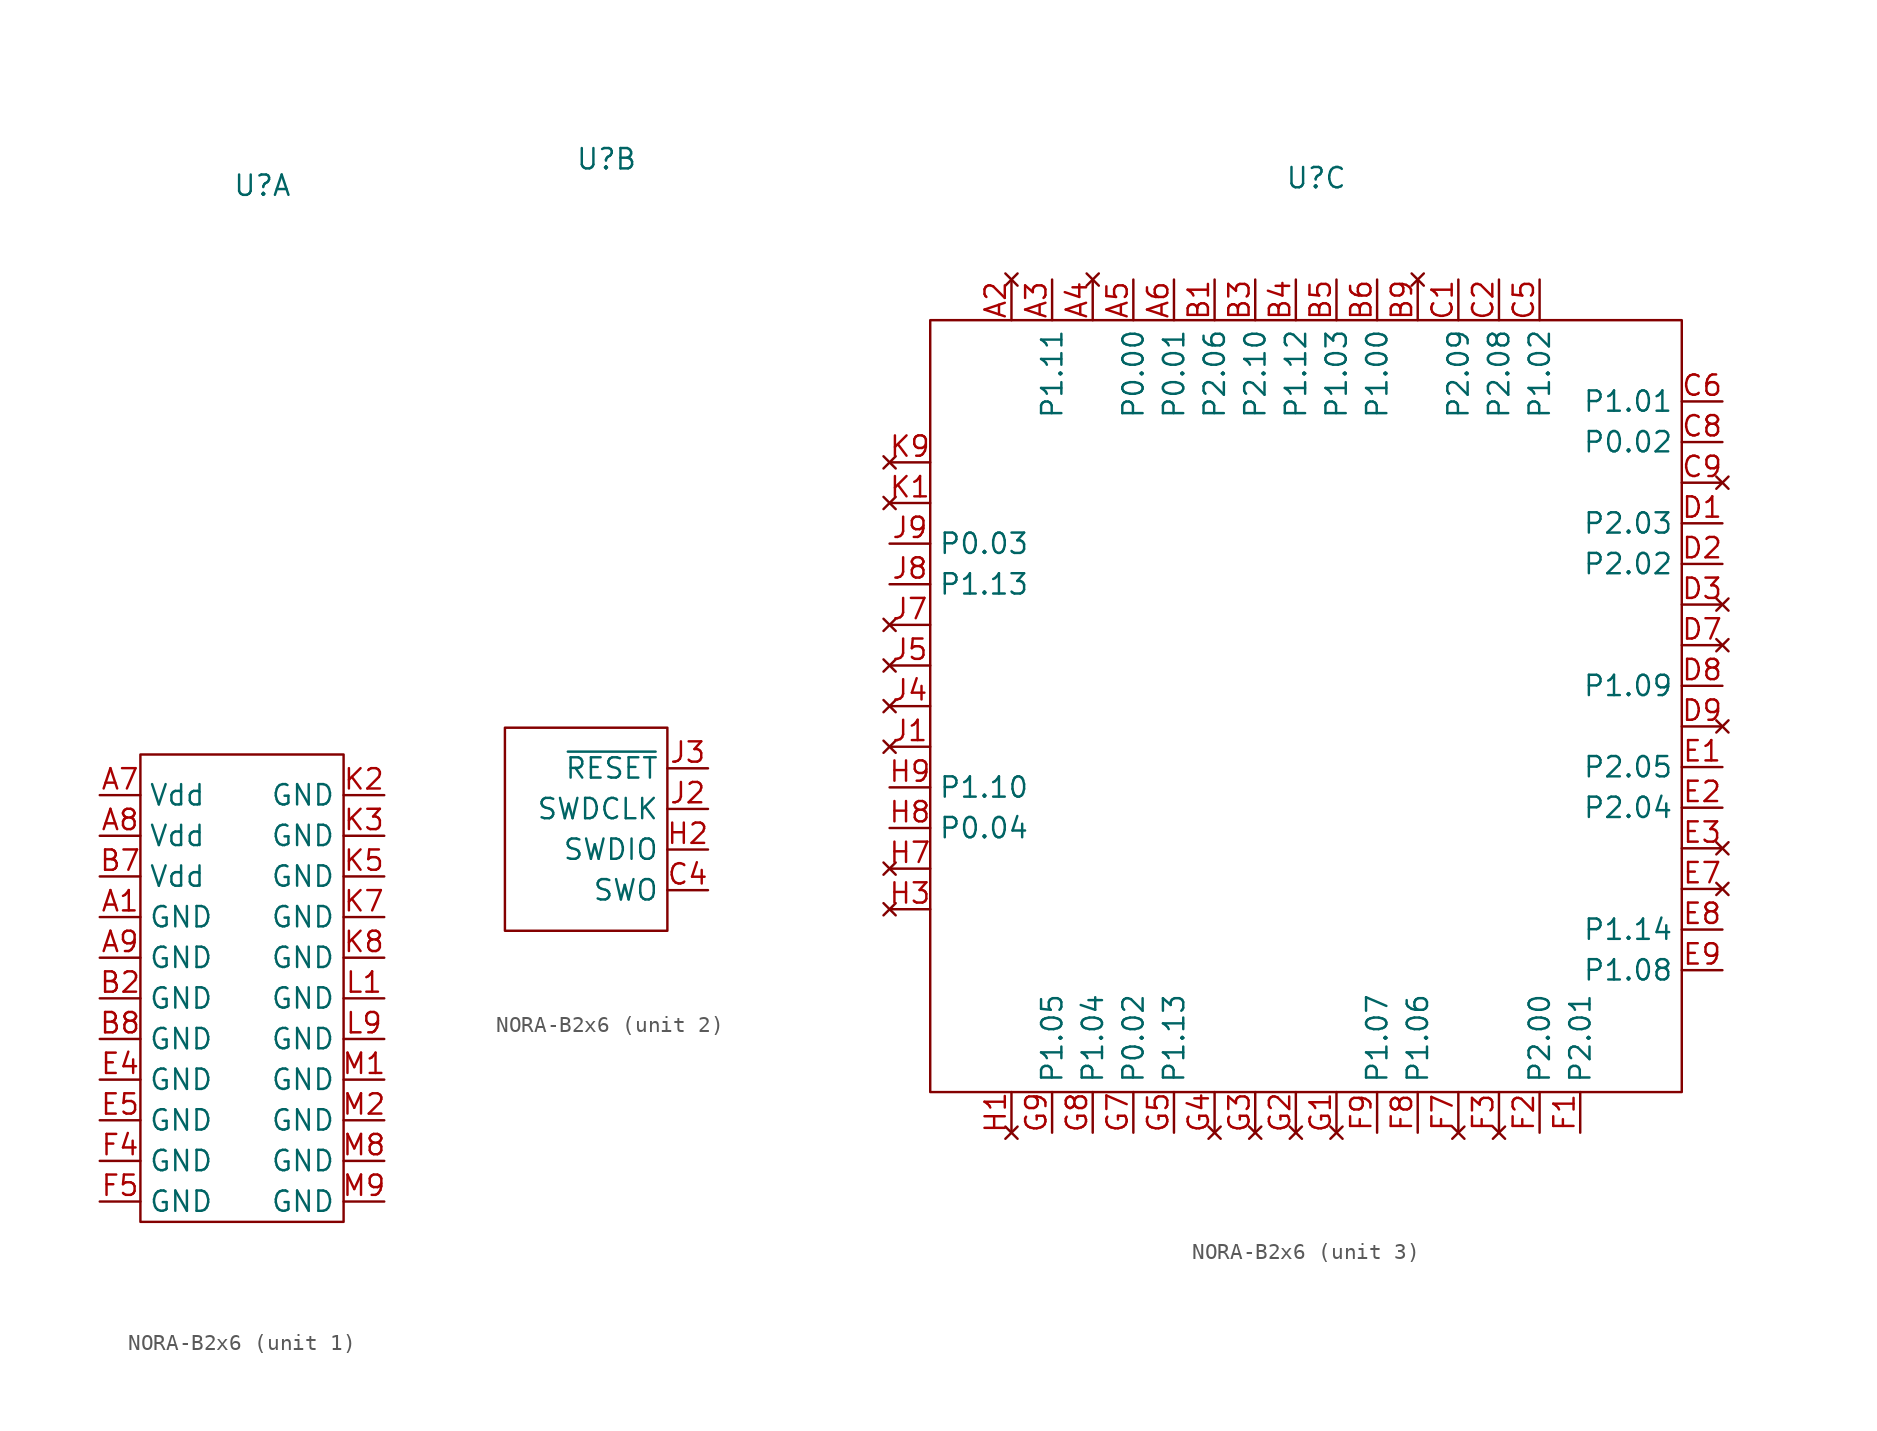
<source format=kicad_sym>
(kicad_symbol_lib
  (version 20241209)
  (generator "kicad_symbol_editor")
  (generator_version "9.0")
  (symbol "NORA-B2x6"
    (property "Reference" "U"
      (at 1.27 33.02 0)
      (effects (font (size 1.27 1.27))))
    (property "Value" ""
      (at 0 33.02 0)
      (effects (font (size 1.27 1.27))))
    (property "ki_locked" ""
      (at 0 0 0)
      (effects (font (size 1.27 1.27))))
    (symbol "NORA-B2x6_1_1"
      (rectangle (start -6.35 -2.54) (end 6.35 -31.75) (stroke (width 0) (type default)) (fill (type none)))
      (pin power_in line (at -8.89 -5.08 0) (length 2.54) (name "Vdd" (effects (font (size 1.27 1.27)))) (number "A7" (effects (font (size 1.27 1.27)))))
      (pin power_in line (at -8.89 -7.62 0) (length 2.54) (name "Vdd" (effects (font (size 1.27 1.27)))) (number "A8" (effects (font (size 1.27 1.27)))))
      (pin power_in line (at -8.89 -10.16 0) (length 2.54) (name "Vdd" (effects (font (size 1.27 1.27)))) (number "B7" (effects (font (size 1.27 1.27)))))
      (pin power_in line (at -8.89 -12.7 0) (length 2.54) (name "GND" (effects (font (size 1.27 1.27)))) (number "A1" (effects (font (size 1.27 1.27)))))
      (pin power_in line (at -8.89 -15.24 0) (length 2.54) (name "GND" (effects (font (size 1.27 1.27)))) (number "A9" (effects (font (size 1.27 1.27)))))
      (pin power_in line (at -8.89 -17.78 0) (length 2.54) (name "GND" (effects (font (size 1.27 1.27)))) (number "B2" (effects (font (size 1.27 1.27)))))
      (pin power_in line (at -8.89 -20.32 0) (length 2.54) (name "GND" (effects (font (size 1.27 1.27)))) (number "B8" (effects (font (size 1.27 1.27)))))
      (pin power_in line (at -8.89 -22.86 0) (length 2.54) (name "GND" (effects (font (size 1.27 1.27)))) (number "E4" (effects (font (size 1.27 1.27)))))
      (pin power_in line (at -8.89 -25.4 0) (length 2.54) (name "GND" (effects (font (size 1.27 1.27)))) (number "E5" (effects (font (size 1.27 1.27)))))
      (pin power_in line (at -8.89 -27.94 0) (length 2.54) (name "GND" (effects (font (size 1.27 1.27)))) (number "F4" (effects (font (size 1.27 1.27)))))
      (pin power_in line (at -8.89 -30.48 0) (length 2.54) (name "GND" (effects (font (size 1.27 1.27)))) (number "F5" (effects (font (size 1.27 1.27)))))
      (pin power_in line (at 8.89 -5.08 180) (length 2.54) (name "GND" (effects (font (size 1.27 1.27)))) (number "K2" (effects (font (size 1.27 1.27)))))
      (pin power_in line (at 8.89 -7.62 180) (length 2.54) (name "GND" (effects (font (size 1.27 1.27)))) (number "K3" (effects (font (size 1.27 1.27)))))
      (pin power_in line (at 8.89 -10.16 180) (length 2.54) (name "GND" (effects (font (size 1.27 1.27)))) (number "K5" (effects (font (size 1.27 1.27)))))
      (pin power_in line (at 8.89 -12.7 180) (length 2.54) (name "GND" (effects (font (size 1.27 1.27)))) (number "K7" (effects (font (size 1.27 1.27)))))
      (pin power_in line (at 8.89 -15.24 180) (length 2.54) (name "GND" (effects (font (size 1.27 1.27)))) (number "K8" (effects (font (size 1.27 1.27)))))
      (pin power_in line (at 8.89 -17.78 180) (length 2.54) (name "GND" (effects (font (size 1.27 1.27)))) (number "L1" (effects (font (size 1.27 1.27)))))
      (pin power_in line (at 8.89 -20.32 180) (length 2.54) (name "GND" (effects (font (size 1.27 1.27)))) (number "L9" (effects (font (size 1.27 1.27)))))
      (pin power_in line (at 8.89 -22.86 180) (length 2.54) (name "GND" (effects (font (size 1.27 1.27)))) (number "M1" (effects (font (size 1.27 1.27)))))
      (pin power_in line (at 8.89 -25.4 180) (length 2.54) (name "GND" (effects (font (size 1.27 1.27)))) (number "M2" (effects (font (size 1.27 1.27)))))
      (pin power_in line (at 8.89 -27.94 180) (length 2.54) (name "GND" (effects (font (size 1.27 1.27)))) (number "M8" (effects (font (size 1.27 1.27)))))
      (pin power_in line (at 8.89 -30.48 180) (length 2.54) (name "GND" (effects (font (size 1.27 1.27)))) (number "M9" (effects (font (size 1.27 1.27))))))
    (symbol "NORA-B2x6_2_1"
      (rectangle (start -5.08 -2.54) (end 5.08 -15.24) (stroke (width 0) (type default)) (fill (type none)))
      (pin input line (at 7.62 -5.08 180) (length 2.54) (name "~{RESET}" (effects (font (size 1.27 1.27)))) (number "J3" (effects (font (size 1.27 1.27)))))
      (pin input line (at 7.62 -7.62 180) (length 2.54) (name "SWDCLK" (effects (font (size 1.27 1.27)))) (number "J2" (effects (font (size 1.27 1.27)))))
      (pin bidirectional line (at 7.62 -10.16 180) (length 2.54) (name "SWDIO" (effects (font (size 1.27 1.27)))) (number "H2" (effects (font (size 1.27 1.27)))))
      (pin input line (at 7.62 -12.7 180) (length 2.54) (name "SWO" (effects (font (size 1.27 1.27)))) (number "C4" (effects (font (size 1.27 1.27))))))
    (symbol "NORA-B2x6_3_1"
      (rectangle (start -22.86 24.13) (end 24.13 -24.13) (stroke (width 0) (type default)) (fill (type none)))
      (pin no_connect line (at -25.4 15.24 0) (length 2.54) (name "" (effects (font (size 1.27 1.27)))) (number "K9" (effects (font (size 1.27 1.27)))))
      (pin no_connect line (at -25.4 12.7 0) (length 2.54) (name "" (effects (font (size 1.27 1.27)))) (number "K1" (effects (font (size 1.27 1.27)))))
      (pin bidirectional line (at -25.4 10.16 0) (length 2.54) (name "P0.03" (effects (font (size 1.27 1.27)))) (number "J9" (effects (font (size 1.27 1.27)))))
      (pin bidirectional line (at -25.4 7.62 0) (length 2.54) (name "P1.13" (effects (font (size 1.27 1.27)))) (number "J8" (effects (font (size 1.27 1.27)))))
      (pin no_connect line (at -25.4 5.08 0) (length 2.54) (name "" (effects (font (size 1.27 1.27)))) (number "J7" (effects (font (size 1.27 1.27)))))
      (pin no_connect line (at -25.4 2.54 0) (length 2.54) (name "" (effects (font (size 1.27 1.27)))) (number "J5" (effects (font (size 1.27 1.27)))))
      (pin no_connect line (at -25.4 0 0) (length 2.54) (name "" (effects (font (size 1.27 1.27)))) (number "J4" (effects (font (size 1.27 1.27)))))
      (pin no_connect line (at -25.4 -2.54 0) (length 2.54) (name "" (effects (font (size 1.27 1.27)))) (number "J1" (effects (font (size 1.27 1.27)))))
      (pin bidirectional line (at -25.4 -5.08 0) (length 2.54) (name "P1.10" (effects (font (size 1.27 1.27)))) (number "H9" (effects (font (size 1.27 1.27)))))
      (pin bidirectional line (at -25.4 -7.62 0) (length 2.54) (name "P0.04" (effects (font (size 1.27 1.27)))) (number "H8" (effects (font (size 1.27 1.27)))))
      (pin no_connect line (at -25.4 -10.16 0) (length 2.54) (name "" (effects (font (size 1.27 1.27)))) (number "H7" (effects (font (size 1.27 1.27)))))
      (pin no_connect line (at -25.4 -12.7 0) (length 2.54) (name "" (effects (font (size 1.27 1.27)))) (number "H3" (effects (font (size 1.27 1.27)))))
      (pin no_connect line (at -17.78 26.67 270) (length 2.54) (name "" (effects (font (size 1.27 1.27)))) (number "A2" (effects (font (size 1.27 1.27)))))
      (pin no_connect line (at -17.78 -26.67 90) (length 2.54) (name "" (effects (font (size 1.27 1.27)))) (number "H1" (effects (font (size 1.27 1.27)))))
      (pin bidirectional line (at -15.24 26.67 270) (length 2.54) (name "P1.11" (effects (font (size 1.27 1.27)))) (number "A3" (effects (font (size 1.27 1.27)))))
      (pin bidirectional line (at -15.24 -26.67 90) (length 2.54) (name "P1.05" (effects (font (size 1.27 1.27)))) (number "G9" (effects (font (size 1.27 1.27)))))
      (pin no_connect line (at -12.7 26.67 270) (length 2.54) (name "" (effects (font (size 1.27 1.27)))) (number "A4" (effects (font (size 1.27 1.27)))))
      (pin bidirectional line (at -12.7 -26.67 90) (length 2.54) (name "P1.04" (effects (font (size 1.27 1.27)))) (number "G8" (effects (font (size 1.27 1.27)))))
      (pin bidirectional line (at -10.16 26.67 270) (length 2.54) (name "P0.00" (effects (font (size 1.27 1.27)))) (number "A5" (effects (font (size 1.27 1.27)))))
      (pin bidirectional line (at -10.16 -26.67 90) (length 2.54) (name "P0.02" (effects (font (size 1.27 1.27)))) (number "G7" (effects (font (size 1.27 1.27)))))
      (pin bidirectional line (at -7.62 26.67 270) (length 2.54) (name "P0.01" (effects (font (size 1.27 1.27)))) (number "A6" (effects (font (size 1.27 1.27)))))
      (pin bidirectional line (at -7.62 -26.67 90) (length 2.54) (name "P1.13" (effects (font (size 1.27 1.27)))) (number "G5" (effects (font (size 1.27 1.27)))))
      (pin bidirectional line (at -5.08 26.67 270) (length 2.54) (name "P2.06" (effects (font (size 1.27 1.27)))) (number "B1" (effects (font (size 1.27 1.27)))))
      (pin no_connect line (at -5.08 -26.67 90) (length 2.54) (name "" (effects (font (size 1.27 1.27)))) (number "G4" (effects (font (size 1.27 1.27)))))
      (pin bidirectional line (at -2.54 26.67 270) (length 2.54) (name "P2.10" (effects (font (size 1.27 1.27)))) (number "B3" (effects (font (size 1.27 1.27)))))
      (pin no_connect line (at -2.54 -26.67 90) (length 2.54) (name "" (effects (font (size 1.27 1.27)))) (number "G3" (effects (font (size 1.27 1.27)))))
      (pin bidirectional line (at 0 26.67 270) (length 2.54) (name "P1.12" (effects (font (size 1.27 1.27)))) (number "B4" (effects (font (size 1.27 1.27)))))
      (pin no_connect line (at 0 -26.67 90) (length 2.54) (name "" (effects (font (size 1.27 1.27)))) (number "G2" (effects (font (size 1.27 1.27)))))
      (pin bidirectional line (at 2.54 26.67 270) (length 2.54) (name "P1.03" (effects (font (size 1.27 1.27)))) (number "B5" (effects (font (size 1.27 1.27)))))
      (pin no_connect line (at 2.54 -26.67 90) (length 2.54) (name "" (effects (font (size 1.27 1.27)))) (number "G1" (effects (font (size 1.27 1.27)))))
      (pin bidirectional line (at 5.08 26.67 270) (length 2.54) (name "P1.00" (effects (font (size 1.27 1.27)))) (number "B6" (effects (font (size 1.27 1.27)))) (alternate "XL1" passive line))
      (pin bidirectional line (at 5.08 -26.67 90) (length 2.54) (name "P1.07" (effects (font (size 1.27 1.27)))) (number "F9" (effects (font (size 1.27 1.27)))))
      (pin no_connect line (at 7.62 26.67 270) (length 2.54) (name "" (effects (font (size 1.27 1.27)))) (number "B9" (effects (font (size 1.27 1.27)))))
      (pin bidirectional line (at 7.62 -26.67 90) (length 2.54) (name "P1.06" (effects (font (size 1.27 1.27)))) (number "F8" (effects (font (size 1.27 1.27)))))
      (pin bidirectional line (at 10.16 26.67 270) (length 2.54) (name "P2.09" (effects (font (size 1.27 1.27)))) (number "C1" (effects (font (size 1.27 1.27)))))
      (pin no_connect line (at 10.16 -26.67 90) (length 2.54) (name "" (effects (font (size 1.27 1.27)))) (number "F7" (effects (font (size 1.27 1.27)))))
      (pin bidirectional line (at 12.7 26.67 270) (length 2.54) (name "P2.08" (effects (font (size 1.27 1.27)))) (number "C2" (effects (font (size 1.27 1.27)))))
      (pin no_connect line (at 12.7 -26.67 90) (length 2.54) (name "" (effects (font (size 1.27 1.27)))) (number "F3" (effects (font (size 1.27 1.27)))))
      (pin bidirectional line (at 15.24 26.67 270) (length 2.54) (name "P1.02" (effects (font (size 1.27 1.27)))) (number "C5" (effects (font (size 1.27 1.27)))))
      (pin bidirectional line (at 15.24 -26.67 90) (length 2.54) (name "P2.00" (effects (font (size 1.27 1.27)))) (number "F2" (effects (font (size 1.27 1.27)))))
      (pin bidirectional line (at 17.78 -26.67 90) (length 2.54) (name "P2.01" (effects (font (size 1.27 1.27)))) (number "F1" (effects (font (size 1.27 1.27)))))
      (pin bidirectional line (at 26.67 19.05 180) (length 2.54) (name "P1.01" (effects (font (size 1.27 1.27)))) (number "C6" (effects (font (size 1.27 1.27)))) (alternate "XL2" passive line))
      (pin bidirectional line (at 26.67 16.51 180) (length 2.54) (name "P0.02" (effects (font (size 1.27 1.27)))) (number "C8" (effects (font (size 1.27 1.27)))))
      (pin no_connect line (at 26.67 13.97 180) (length 2.54) (name "" (effects (font (size 1.27 1.27)))) (number "C9" (effects (font (size 1.27 1.27)))))
      (pin bidirectional line (at 26.67 11.43 180) (length 2.54) (name "P2.03" (effects (font (size 1.27 1.27)))) (number "D1" (effects (font (size 1.27 1.27)))))
      (pin bidirectional line (at 26.67 8.89 180) (length 2.54) (name "P2.02" (effects (font (size 1.27 1.27)))) (number "D2" (effects (font (size 1.27 1.27)))))
      (pin no_connect line (at 26.67 6.35 180) (length 2.54) (name "" (effects (font (size 1.27 1.27)))) (number "D3" (effects (font (size 1.27 1.27)))))
      (pin no_connect line (at 26.67 3.81 180) (length 2.54) (name "" (effects (font (size 1.27 1.27)))) (number "D7" (effects (font (size 1.27 1.27)))))
      (pin bidirectional line (at 26.67 1.27 180) (length 2.54) (name "P1.09" (effects (font (size 1.27 1.27)))) (number "D8" (effects (font (size 1.27 1.27)))))
      (pin no_connect line (at 26.67 -1.27 180) (length 2.54) (name "" (effects (font (size 1.27 1.27)))) (number "D9" (effects (font (size 1.27 1.27)))))
      (pin bidirectional line (at 26.67 -3.81 180) (length 2.54) (name "P2.05" (effects (font (size 1.27 1.27)))) (number "E1" (effects (font (size 1.27 1.27)))))
      (pin bidirectional line (at 26.67 -6.35 180) (length 2.54) (name "P2.04" (effects (font (size 1.27 1.27)))) (number "E2" (effects (font (size 1.27 1.27)))))
      (pin no_connect line (at 26.67 -8.89 180) (length 2.54) (name "" (effects (font (size 1.27 1.27)))) (number "E3" (effects (font (size 1.27 1.27)))))
      (pin no_connect line (at 26.67 -11.43 180) (length 2.54) (name "" (effects (font (size 1.27 1.27)))) (number "E7" (effects (font (size 1.27 1.27)))))
      (pin bidirectional line (at 26.67 -13.97 180) (length 2.54) (name "P1.14" (effects (font (size 1.27 1.27)))) (number "E8" (effects (font (size 1.27 1.27)))))
      (pin bidirectional line (at 26.67 -16.51 180) (length 2.54) (name "P1.08" (effects (font (size 1.27 1.27)))) (number "E9" (effects (font (size 1.27 1.27)))) (alternate "EXTREF" input line)))))
</source>
